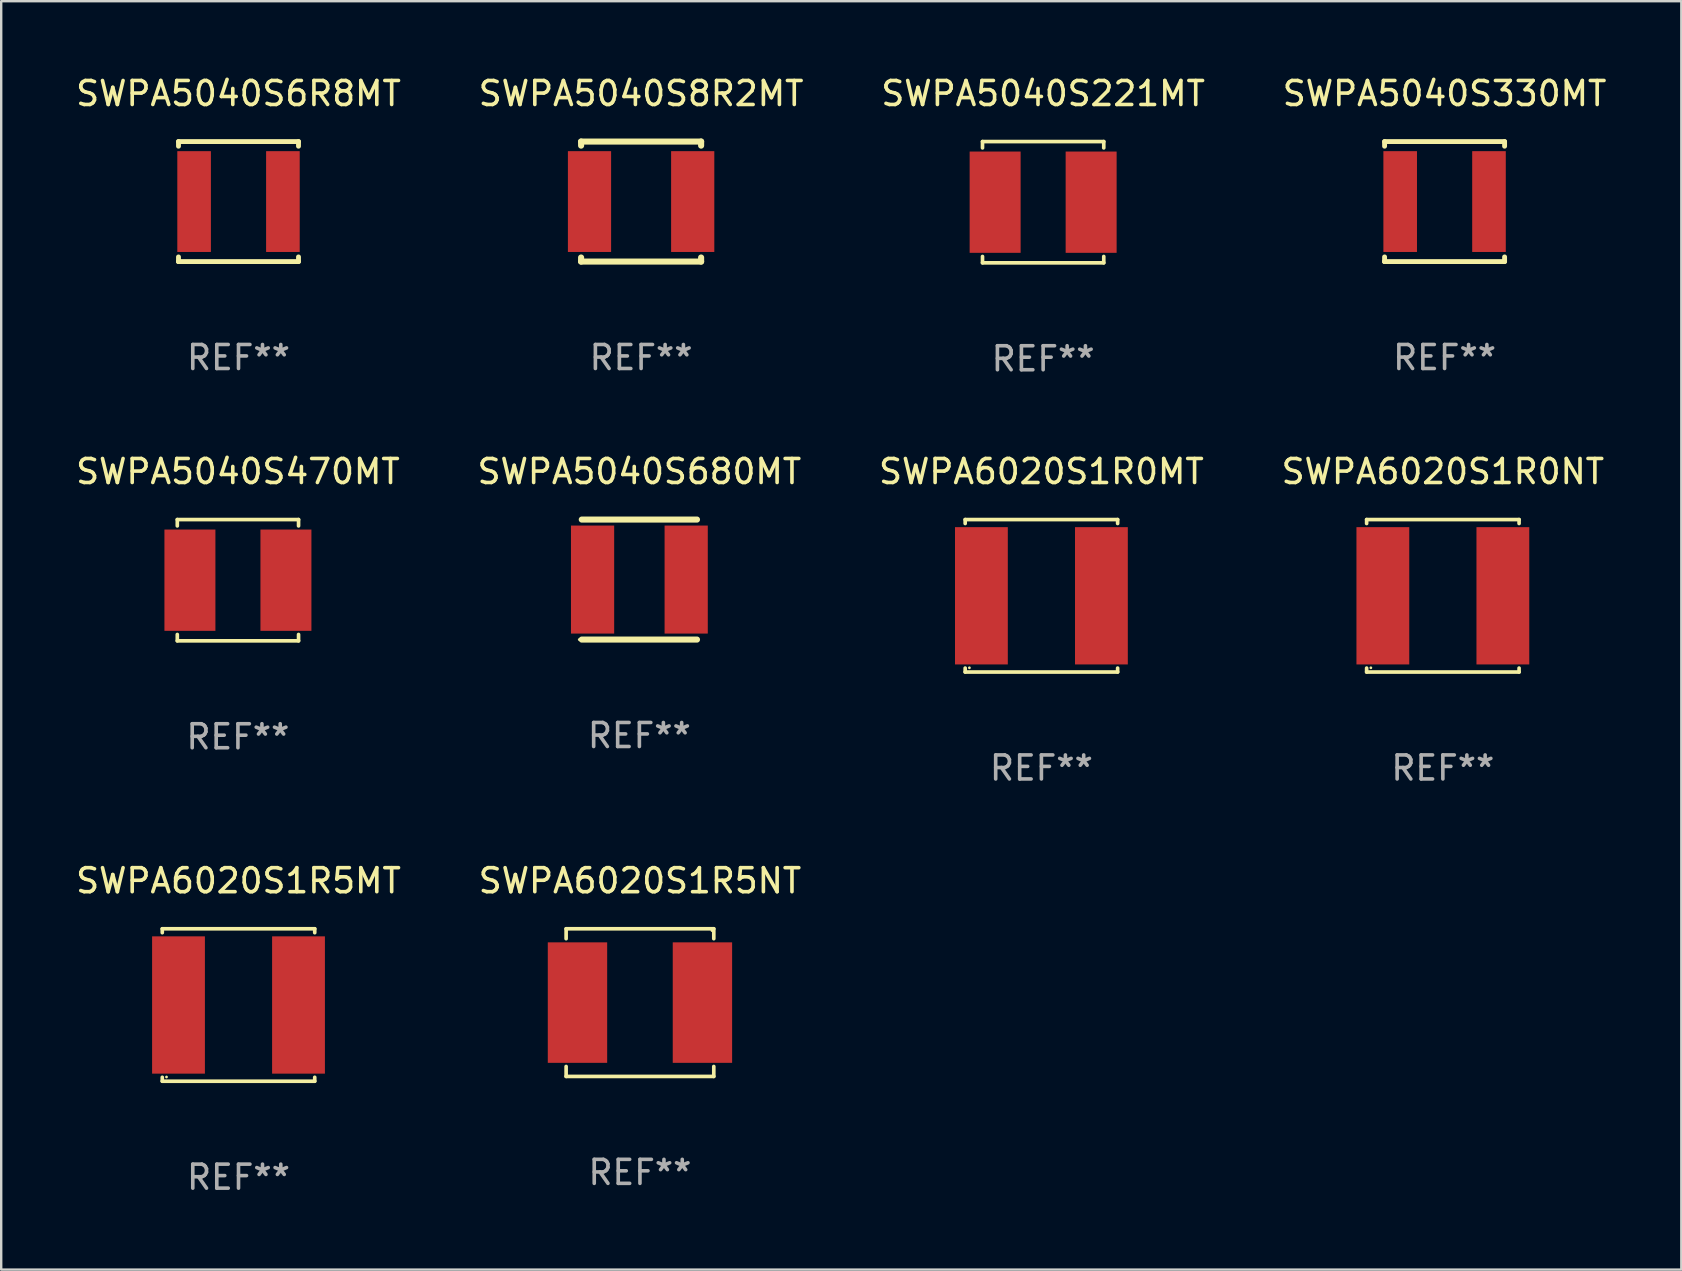
<source format=kicad_pcb>
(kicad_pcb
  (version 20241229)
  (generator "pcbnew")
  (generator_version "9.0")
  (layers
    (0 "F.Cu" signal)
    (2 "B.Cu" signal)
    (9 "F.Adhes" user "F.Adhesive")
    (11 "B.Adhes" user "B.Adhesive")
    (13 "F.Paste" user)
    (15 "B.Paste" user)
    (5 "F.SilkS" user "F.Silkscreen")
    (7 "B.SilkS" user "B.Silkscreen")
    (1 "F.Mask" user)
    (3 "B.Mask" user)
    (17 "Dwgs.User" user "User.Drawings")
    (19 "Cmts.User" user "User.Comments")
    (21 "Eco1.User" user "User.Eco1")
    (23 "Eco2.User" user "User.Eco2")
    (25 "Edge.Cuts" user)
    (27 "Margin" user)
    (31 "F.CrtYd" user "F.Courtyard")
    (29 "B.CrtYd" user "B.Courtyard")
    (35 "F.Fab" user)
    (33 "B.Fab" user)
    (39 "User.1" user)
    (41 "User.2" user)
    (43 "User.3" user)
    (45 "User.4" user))
  (footprint "SWPA6020S1R0MT"
    (layer "F.Cu")
    (at 40.339 21.773)
    (property "Reference" "SWPA6020S1R0MT" (at 0 -5.176 0) (layer "F.SilkS") (effects (font (size 1 1) (thickness 0.15))))
    (attr through_hole)
    (fp_line (start -3.176 -3.176) (end 3.176 -3.176) (stroke (width 0.152) (type solid)) (layer "F.SilkS"))
    (fp_line (start -3.176 -3.012) (end -3.176 -3.176) (stroke (width 0.152) (type solid)) (layer "F.SilkS"))
    (fp_line (start -3.176 3.012) (end -3.176 3.176) (stroke (width 0.152) (type solid)) (layer "F.SilkS"))
    (fp_line (start -3.176 3.176) (end 3.176 3.176) (stroke (width 0.152) (type solid)) (layer "F.SilkS"))
    (fp_line (start 3.176 -3.176) (end 3.176 -3.012) (stroke (width 0.152) (type solid)) (layer "F.SilkS"))
    (fp_line (start 3.176 3.176) (end 3.176 3.012) (stroke (width 0.152) (type solid)) (layer "F.SilkS"))
    (fp_circle (center -3 3) (end -2.97 3) (stroke (width 0.06) (type solid)) (fill no) (layer "F.SilkS"))
    (fp_text user "REF**" (at 0 7.176 0) (layer "F.Fab") (effects (font (size 1 1) (thickness 0.15))))
    (pad "1" smd rect (at -2.5 0) (size 2.2 5.72) (layers "F.Cu" "F.Mask" "F.Paste"))
    (pad "2" smd rect (at 2.5 0) (size 2.2 5.72) (layers "F.Cu" "F.Mask" "F.Paste")))
  (footprint "SWPA5040S470MT"
    (layer "F.Cu")
    (at 6.863 21.123)
    (property "Reference" "SWPA5040S470MT" (at 0 -4.526 0) (layer "F.SilkS") (effects (font (size 1 1) (thickness 0.15))))
    (attr through_hole)
    (fp_line (start -2.526 -2.526) (end 2.526 -2.526) (stroke (width 0.152) (type solid)) (layer "F.SilkS"))
    (fp_line (start -2.526 -2.262) (end -2.526 -2.526) (stroke (width 0.152) (type solid)) (layer "F.SilkS"))
    (fp_line (start -2.526 2.262) (end -2.526 2.526) (stroke (width 0.152) (type solid)) (layer "F.SilkS"))
    (fp_line (start -2.526 2.526) (end 2.526 2.526) (stroke (width 0.152) (type solid)) (layer "F.SilkS"))
    (fp_line (start 2.526 -2.526) (end 2.526 -2.262) (stroke (width 0.152) (type solid)) (layer "F.SilkS"))
    (fp_line (start 2.526 2.526) (end 2.526 2.262) (stroke (width 0.152) (type solid)) (layer "F.SilkS"))
    (fp_circle (center 2.5 -2.5) (end 2.53 -2.5) (stroke (width 0.06) (type solid)) (fill no) (layer "F.SilkS"))
    (fp_text user "REF**" (at 0 6.526 0) (layer "F.Fab") (effects (font (size 1 1) (thickness 0.15))))
    (pad "1" smd rect (at 2 0) (size 2.124 4.22) (layers "F.Cu" "F.Mask" "F.Paste"))
    (pad "2" smd rect (at -2 0) (size 2.124 4.22) (layers "F.Cu" "F.Mask" "F.Paste")))
  (footprint "SWPA5040S6R8MT"
    (layer "F.Cu")
    (at 6.887 5.348)
    (property "Reference" "SWPA5040S6R8MT" (at 0 -4.5 0) (layer "F.SilkS") (effects (font (size 1 1) (thickness 0.15))))
    (attr through_hole)
    (fp_line (start -2.5 -2.5) (end -2.5 -2.306) (stroke (width 0.203) (type solid)) (layer "F.SilkS"))
    (fp_line (start -2.5 -2.5) (end 2.5 -2.5) (stroke (width 0.203) (type solid)) (layer "F.SilkS"))
    (fp_line (start -2.5 2.306) (end -2.5 2.5) (stroke (width 0.203) (type solid)) (layer "F.SilkS"))
    (fp_line (start -2.5 2.5) (end 2.5 2.5) (stroke (width 0.203) (type solid)) (layer "F.SilkS"))
    (fp_line (start 2.5 -2.306) (end 2.5 -2.5) (stroke (width 0.203) (type solid)) (layer "F.SilkS"))
    (fp_line (start 2.5 2.5) (end 2.5 2.306) (stroke (width 0.203) (type solid)) (layer "F.SilkS"))
    (fp_circle (center -2.5 2.5) (end -2.45 2.5) (stroke (width 0.1) (type solid)) (fill no) (layer "F.SilkS"))
    (fp_text user "REF**" (at 0 6.5 0) (layer "F.Fab") (effects (font (size 1 1) (thickness 0.15))))
    (pad "1" smd rect (at -1.85 0) (size 1.4 4.2) (layers "F.Cu" "F.Mask" "F.Paste"))
    (pad "2" smd rect (at 1.85 0) (size 1.4 4.2) (layers "F.Cu" "F.Mask" "F.Paste")))
  (footprint "SWPA6020S1R5MT"
    (layer "F.Cu")
    (at 6.887 38.822)
    (property "Reference" "SWPA6020S1R5MT" (at 0 -5.176 0) (layer "F.SilkS") (effects (font (size 1 1) (thickness 0.15))))
    (attr through_hole)
    (fp_line (start -3.176 -3.176) (end 3.176 -3.176) (stroke (width 0.152) (type solid)) (layer "F.SilkS"))
    (fp_line (start -3.176 -3.012) (end -3.176 -3.176) (stroke (width 0.152) (type solid)) (layer "F.SilkS"))
    (fp_line (start -3.176 3.012) (end -3.176 3.176) (stroke (width 0.152) (type solid)) (layer "F.SilkS"))
    (fp_line (start -3.176 3.176) (end 3.176 3.176) (stroke (width 0.152) (type solid)) (layer "F.SilkS"))
    (fp_line (start 3.176 -3.176) (end 3.176 -3.012) (stroke (width 0.152) (type solid)) (layer "F.SilkS"))
    (fp_line (start 3.176 3.176) (end 3.176 3.012) (stroke (width 0.152) (type solid)) (layer "F.SilkS"))
    (fp_circle (center -3 3) (end -2.97 3) (stroke (width 0.06) (type solid)) (fill no) (layer "F.SilkS"))
    (fp_text user "REF**" (at 0 7.176 0) (layer "F.Fab") (effects (font (size 1 1) (thickness 0.15))))
    (pad "1" smd rect (at -2.5 0) (size 2.2 5.72) (layers "F.Cu" "F.Mask" "F.Paste"))
    (pad "2" smd rect (at 2.5 0) (size 2.2 5.72) (layers "F.Cu" "F.Mask" "F.Paste")))
  (footprint "SWPA5040S680MT"
    (layer "F.Cu")
    (at 23.589 21.097)
    (property "Reference" "SWPA5040S680MT" (at 0 -4.5 0) (layer "F.SilkS") (effects (font (size 1 1) (thickness 0.15))))
    (attr through_hole)
    (fp_line (start -2.4 -2.5) (end 2.4 -2.5) (stroke (width 0.254) (type solid)) (layer "F.SilkS"))
    (fp_line (start -2.4 2.5) (end 2.4 2.5) (stroke (width 0.254) (type solid)) (layer "F.SilkS"))
    (fp_circle (center -2.505 2.5) (end -2.475 2.5) (stroke (width 0.06) (type solid)) (fill no) (layer "F.SilkS"))
    (fp_text user "REF**" (at 0 6.5 0) (layer "F.Fab") (effects (font (size 1 1) (thickness 0.15))))
    (pad "1" smd rect (at -1.95 0) (size 1.8 4.5) (layers "F.Cu" "F.Mask" "F.Paste"))
    (pad "2" smd rect (at 1.95 0) (size 1.8 4.5) (layers "F.Cu" "F.Mask" "F.Paste")))
  (footprint "SWPA5040S8R2MT"
    (layer "F.Cu")
    (at 23.661 5.348)
    (property "Reference" "SWPA5040S8R2MT" (at 0 -4.5 0) (layer "F.SilkS") (effects (font (size 1 1) (thickness 0.15))))
    (attr through_hole)
    (fp_line (start -2.5 -2.5) (end -2.5 -2.331) (stroke (width 0.254) (type solid)) (layer "F.SilkS"))
    (fp_line (start -2.5 -2.5) (end 2.5 -2.5) (stroke (width 0.254) (type solid)) (layer "F.SilkS"))
    (fp_line (start -2.5 2.331) (end -2.5 2.5) (stroke (width 0.254) (type solid)) (layer "F.SilkS"))
    (fp_line (start -2.5 2.5) (end 2.5 2.5) (stroke (width 0.254) (type solid)) (layer "F.SilkS"))
    (fp_line (start 2.5 -2.331) (end 2.5 -2.5) (stroke (width 0.254) (type solid)) (layer "F.SilkS"))
    (fp_line (start 2.5 2.5) (end 2.5 2.331) (stroke (width 0.254) (type solid)) (layer "F.SilkS"))
    (fp_circle (center -2.5 2.5) (end -2.47 2.5) (stroke (width 0.06) (type solid)) (fill no) (layer "F.SilkS"))
    (fp_text user "REF**" (at 0 6.5 0) (layer "F.Fab") (effects (font (size 1 1) (thickness 0.15))))
    (pad "1" smd rect (at -2.15 0) (size 1.8 4.2) (layers "F.Cu" "F.Mask" "F.Paste"))
    (pad "2" smd rect (at 2.15 0) (size 1.8 4.2) (layers "F.Cu" "F.Mask" "F.Paste")))
  (footprint "SWPA6020S1R0NT"
    (layer "F.Cu")
    (at 57.065 21.773)
    (property "Reference" "SWPA6020S1R0NT" (at 0 -5.176 0) (layer "F.SilkS") (effects (font (size 1 1) (thickness 0.15))))
    (attr through_hole)
    (fp_line (start -3.176 -3.176) (end 3.176 -3.176) (stroke (width 0.152) (type solid)) (layer "F.SilkS"))
    (fp_line (start -3.176 -3.012) (end -3.176 -3.176) (stroke (width 0.152) (type solid)) (layer "F.SilkS"))
    (fp_line (start -3.176 3.012) (end -3.176 3.176) (stroke (width 0.152) (type solid)) (layer "F.SilkS"))
    (fp_line (start -3.176 3.176) (end 3.176 3.176) (stroke (width 0.152) (type solid)) (layer "F.SilkS"))
    (fp_line (start 3.176 -3.176) (end 3.176 -3.012) (stroke (width 0.152) (type solid)) (layer "F.SilkS"))
    (fp_line (start 3.176 3.176) (end 3.176 3.012) (stroke (width 0.152) (type solid)) (layer "F.SilkS"))
    (fp_circle (center -3 3) (end -2.97 3) (stroke (width 0.06) (type solid)) (fill no) (layer "F.SilkS"))
    (fp_text user "REF**" (at 0 7.176 0) (layer "F.Fab") (effects (font (size 1 1) (thickness 0.15))))
    (pad "1" smd rect (at -2.5 0) (size 2.2 5.72) (layers "F.Cu" "F.Mask" "F.Paste"))
    (pad "2" smd rect (at 2.5 0) (size 2.2 5.72) (layers "F.Cu" "F.Mask" "F.Paste")))
  (footprint "SWPA6020S1R5NT"
    (layer "F.Cu")
    (at 23.613 38.722)
    (property "Reference" "SWPA6020S1R5NT" (at 0 -5.076 0) (layer "F.SilkS") (effects (font (size 1 1) (thickness 0.15))))
    (attr through_hole)
    (fp_line (start -3.076 -3.076) (end 3.076 -3.076) (stroke (width 0.152) (type solid)) (layer "F.SilkS"))
    (fp_line (start -3.076 -2.662) (end -3.076 -3.076) (stroke (width 0.152) (type solid)) (layer "F.SilkS"))
    (fp_line (start -3.076 2.662) (end -3.076 3.076) (stroke (width 0.152) (type solid)) (layer "F.SilkS"))
    (fp_line (start -3.076 3.076) (end 3.076 3.076) (stroke (width 0.152) (type solid)) (layer "F.SilkS"))
    (fp_line (start 3.076 -3.076) (end 3.076 -2.662) (stroke (width 0.152) (type solid)) (layer "F.SilkS"))
    (fp_line (start 3.076 3.076) (end 3.076 2.662) (stroke (width 0.152) (type solid)) (layer "F.SilkS"))
    (fp_circle (center 3 -3) (end 3.03 -3) (stroke (width 0.06) (type solid)) (fill no) (layer "F.SilkS"))
    (fp_text user "REF**" (at 0 7.076 0) (layer "F.Fab") (effects (font (size 1 1) (thickness 0.15))))
    (pad "1" smd rect (at 2.603 0) (size 2.474 5.02) (layers "F.Cu" "F.Mask" "F.Paste"))
    (pad "2" smd rect (at -2.603 0) (size 2.474 5.02) (layers "F.Cu" "F.Mask" "F.Paste")))
  (footprint "SWPA5040S330MT"
    (layer "F.Cu")
    (at 57.137 5.348)
    (property "Reference" "SWPA5040S330MT" (at 0 -4.5 0) (layer "F.SilkS") (effects (font (size 1 1) (thickness 0.15))))
    (attr through_hole)
    (fp_line (start -2.5 -2.5) (end -2.5 -2.306) (stroke (width 0.203) (type solid)) (layer "F.SilkS"))
    (fp_line (start -2.5 -2.5) (end 2.5 -2.5) (stroke (width 0.203) (type solid)) (layer "F.SilkS"))
    (fp_line (start -2.5 2.306) (end -2.5 2.5) (stroke (width 0.203) (type solid)) (layer "F.SilkS"))
    (fp_line (start -2.5 2.5) (end 2.5 2.5) (stroke (width 0.203) (type solid)) (layer "F.SilkS"))
    (fp_line (start 2.5 -2.306) (end 2.5 -2.5) (stroke (width 0.203) (type solid)) (layer "F.SilkS"))
    (fp_line (start 2.5 2.5) (end 2.5 2.306) (stroke (width 0.203) (type solid)) (layer "F.SilkS"))
    (fp_circle (center -2.5 2.5) (end -2.45 2.5) (stroke (width 0.1) (type solid)) (fill no) (layer "F.SilkS"))
    (fp_text user "REF**" (at 0 6.5 0) (layer "F.Fab") (effects (font (size 1 1) (thickness 0.15))))
    (pad "1" smd rect (at -1.85 0) (size 1.4 4.2) (layers "F.Cu" "F.Mask" "F.Paste"))
    (pad "2" smd rect (at 1.85 0) (size 1.4 4.2) (layers "F.Cu" "F.Mask" "F.Paste")))
  (footprint "SWPA5040S221MT"
    (layer "F.Cu")
    (at 40.411 5.374)
    (property "Reference" "SWPA5040S221MT" (at 0 -4.526 0) (layer "F.SilkS") (effects (font (size 1 1) (thickness 0.15))))
    (attr through_hole)
    (fp_line (start -2.526 -2.526) (end 2.526 -2.526) (stroke (width 0.152) (type solid)) (layer "F.SilkS"))
    (fp_line (start -2.526 -2.262) (end -2.526 -2.526) (stroke (width 0.152) (type solid)) (layer "F.SilkS"))
    (fp_line (start -2.526 2.262) (end -2.526 2.526) (stroke (width 0.152) (type solid)) (layer "F.SilkS"))
    (fp_line (start -2.526 2.526) (end 2.526 2.526) (stroke (width 0.152) (type solid)) (layer "F.SilkS"))
    (fp_line (start 2.526 -2.526) (end 2.526 -2.262) (stroke (width 0.152) (type solid)) (layer "F.SilkS"))
    (fp_line (start 2.526 2.526) (end 2.526 2.262) (stroke (width 0.152) (type solid)) (layer "F.SilkS"))
    (fp_circle (center 2.5 -2.5) (end 2.53 -2.5) (stroke (width 0.06) (type solid)) (fill no) (layer "F.SilkS"))
    (fp_text user "REF**" (at 0 6.526 0) (layer "F.Fab") (effects (font (size 1 1) (thickness 0.15))))
    (pad "1" smd rect (at 2 0) (size 2.124 4.22) (layers "F.Cu" "F.Mask" "F.Paste"))
    (pad "2" smd rect (at -2 0) (size 2.124 4.22) (layers "F.Cu" "F.Mask" "F.Paste")))
  (gr_rect
    (start -3 -3)
    (end 67 49.847)
    (stroke (width 0.1) (type default))
    (fill no)
    (layer "Edge.Cuts")))
</source>
